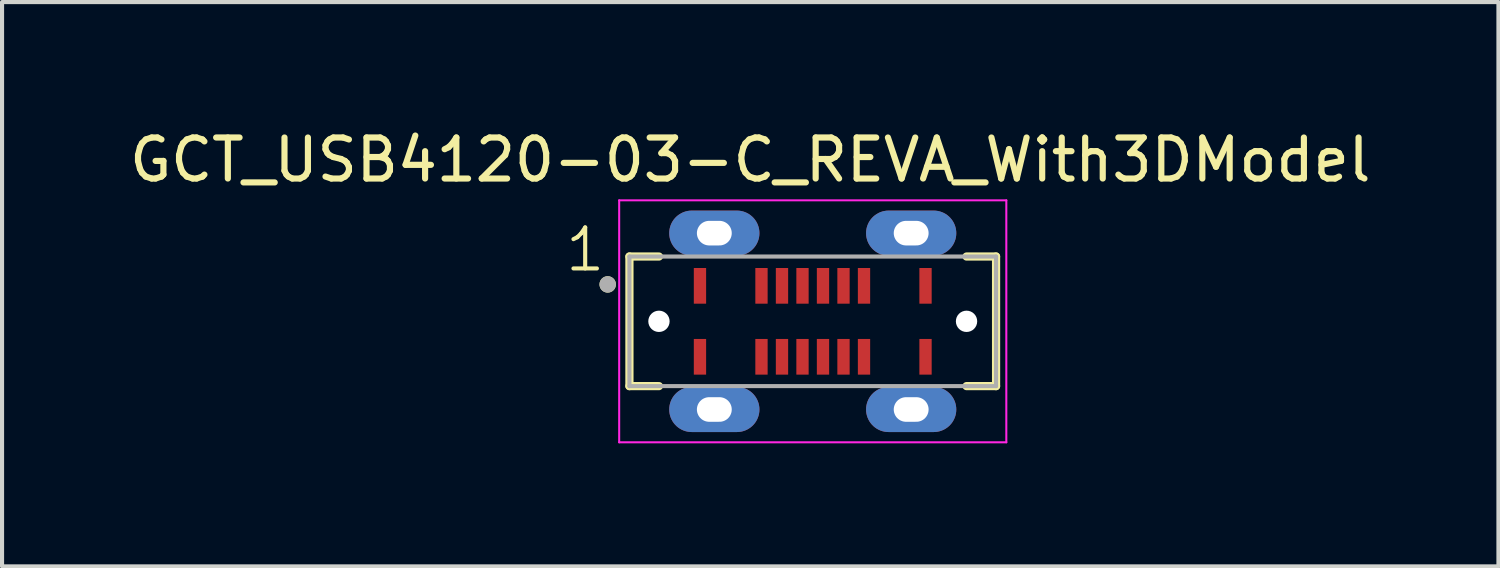
<source format=kicad_pcb>
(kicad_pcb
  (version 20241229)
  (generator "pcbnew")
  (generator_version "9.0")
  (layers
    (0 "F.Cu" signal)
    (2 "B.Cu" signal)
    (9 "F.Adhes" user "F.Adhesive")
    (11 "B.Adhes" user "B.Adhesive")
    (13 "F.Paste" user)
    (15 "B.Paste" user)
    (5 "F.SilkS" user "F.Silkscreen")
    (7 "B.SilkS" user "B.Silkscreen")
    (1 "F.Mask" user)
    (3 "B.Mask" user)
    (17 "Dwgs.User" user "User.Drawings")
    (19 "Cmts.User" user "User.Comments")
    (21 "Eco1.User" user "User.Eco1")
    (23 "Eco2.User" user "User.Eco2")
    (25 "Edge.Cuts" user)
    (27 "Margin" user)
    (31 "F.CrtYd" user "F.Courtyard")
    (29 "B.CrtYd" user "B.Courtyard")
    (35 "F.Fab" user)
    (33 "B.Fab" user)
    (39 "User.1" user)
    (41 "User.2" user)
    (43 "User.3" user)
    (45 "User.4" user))
  (footprint "GCT_USB4120-03-C_REVA_With3DModel"
    (layer "F.Cu")
    (at 16.768 4.785)
    (property "Reference" "GCT_USB4120-03-C_REVA_With3DModel" (at -1.524 -3.937 0) (layer "F.SilkS") (effects (font (size 1 1) (thickness 0.15))))
    (attr smd)
    (fp_line (start -4.47 -1.58) (end -4.47 1.58) (stroke (width 0.2) (type solid)) (layer "F.SilkS"))
    (fp_line (start -4.47 1.58) (end -3.75 1.58) (stroke (width 0.2) (type solid)) (layer "F.SilkS"))
    (fp_line (start -3.75 -1.58) (end -4.47 -1.58) (stroke (width 0.2) (type solid)) (layer "F.SilkS"))
    (fp_line (start 3.75 -1.58) (end 4.47 -1.58) (stroke (width 0.2) (type solid)) (layer "F.SilkS"))
    (fp_line (start 4.47 -1.58) (end 4.47 1.58) (stroke (width 0.2) (type solid)) (layer "F.SilkS"))
    (fp_line (start 4.47 1.58) (end 3.75 1.58) (stroke (width 0.2) (type solid)) (layer "F.SilkS"))
    (fp_circle (center -5 -0.9) (end -4.9 -0.9) (stroke (width 0.2) (type solid)) (fill no) (layer "F.SilkS"))
    (fp_line (start -4.72 -2.95) (end 4.72 -2.95) (stroke (width 0.05) (type solid)) (layer "F.CrtYd"))
    (fp_line (start -4.72 2.95) (end -4.72 -2.95) (stroke (width 0.05) (type solid)) (layer "F.CrtYd"))
    (fp_line (start 4.72 -2.95) (end 4.72 2.95) (stroke (width 0.05) (type solid)) (layer "F.CrtYd"))
    (fp_line (start 4.72 2.95) (end -4.72 2.95) (stroke (width 0.05) (type solid)) (layer "F.CrtYd"))
    (fp_line (start -4.47 -1.58) (end 4.47 -1.58) (stroke (width 0.1) (type solid)) (layer "F.Fab"))
    (fp_line (start -4.47 1.58) (end -4.47 -1.58) (stroke (width 0.1) (type solid)) (layer "F.Fab"))
    (fp_line (start 4.47 -1.58) (end 4.47 1.58) (stroke (width 0.1) (type solid)) (layer "F.Fab"))
    (fp_line (start 4.47 1.58) (end -4.47 1.58) (stroke (width 0.1) (type solid)) (layer "F.Fab"))
    (fp_circle (center -5 -0.9) (end -4.9 -0.9) (stroke (width 0.2) (type solid)) (fill no) (layer "F.Fab"))
    (fp_text user "1" (at -6.091 -1.162 0) (unlocked yes) (layer "F.SilkS") (effects (font (size 1 1) (thickness 0.1)) (justify left bottom)))
    (pad "" np_thru_hole circle (at -3.75 0) (size 0.52 0.52) (drill 0.52) (layers "*.Cu" "*.Mask"))
    (pad "" np_thru_hole circle (at 3.75 0) (size 0.52 0.52) (drill oval 0.72 0.52) (layers "*.Cu" "*.Mask"))
    (pad "A1" smd rect (at -2.75 -0.865) (size 0.3 0.87) (layers "F.Cu" "F.Mask" "F.Paste"))
    (pad "A4" smd rect (at -1.25 -0.865) (size 0.3 0.87) (layers "F.Cu" "F.Mask" "F.Paste"))
    (pad "A5" smd rect (at -0.75 -0.865) (size 0.3 0.87) (layers "F.Cu" "F.Mask" "F.Paste"))
    (pad "A6" smd rect (at -0.25 -0.865) (size 0.3 0.87) (layers "F.Cu" "F.Mask" "F.Paste"))
    (pad "A7" smd rect (at 0.25 -0.865) (size 0.3 0.87) (layers "F.Cu" "F.Mask" "F.Paste"))
    (pad "A8" smd rect (at 0.75 -0.865) (size 0.3 0.87) (layers "F.Cu" "F.Mask" "F.Paste"))
    (pad "A9" smd rect (at 1.25 -0.865) (size 0.3 0.87) (layers "F.Cu" "F.Mask" "F.Paste"))
    (pad "A12" smd rect (at 2.75 -0.865) (size 0.3 0.87) (layers "F.Cu" "F.Mask" "F.Paste"))
    (pad "B1" smd rect (at 2.75 0.865) (size 0.3 0.87) (layers "F.Cu" "F.Mask" "F.Paste"))
    (pad "B4" smd rect (at 1.25 0.865) (size 0.3 0.87) (layers "F.Cu" "F.Mask" "F.Paste"))
    (pad "B5" smd rect (at 0.75 0.865) (size 0.3 0.87) (layers "F.Cu" "F.Mask" "F.Paste"))
    (pad "B6" smd rect (at 0.25 0.865) (size 0.3 0.87) (layers "F.Cu" "F.Mask" "F.Paste"))
    (pad "B7" smd rect (at -0.25 0.865) (size 0.3 0.87) (layers "F.Cu" "F.Mask" "F.Paste"))
    (pad "B8" smd rect (at -0.75 0.865) (size 0.3 0.87) (layers "F.Cu" "F.Mask" "F.Paste"))
    (pad "B9" smd rect (at -1.25 0.865) (size 0.3 0.87) (layers "F.Cu" "F.Mask" "F.Paste"))
    (pad "B12" smd rect (at -2.75 0.865) (size 0.3 0.87) (layers "F.Cu" "F.Mask" "F.Paste"))
    (pad "S1" thru_hole oval (at -2.4 -2.15) (size 2.2 1.1) (drill oval 0.85 0.6) (layers "*.Cu" "*.Mask"))
    (pad "S2" thru_hole oval (at -2.4 2.15) (size 2.2 1.1) (drill oval 0.85 0.6) (layers "*.Cu" "*.Mask"))
    (pad "S3" thru_hole oval (at 2.4 -2.15) (size 2.2 1.1) (drill oval 0.85 0.6) (layers "*.Cu" "*.Mask"))
    (pad "S4" thru_hole oval (at 2.4 2.15) (size 2.2 1.1) (drill oval 0.85 0.6) (layers "*.Cu" "*.Mask")))
  (gr_rect
    (start -3 -3)
    (end 33.488 10.76)
    (stroke (width 0.1) (type default))
    (fill no)
    (layer "Edge.Cuts")))
</source>
